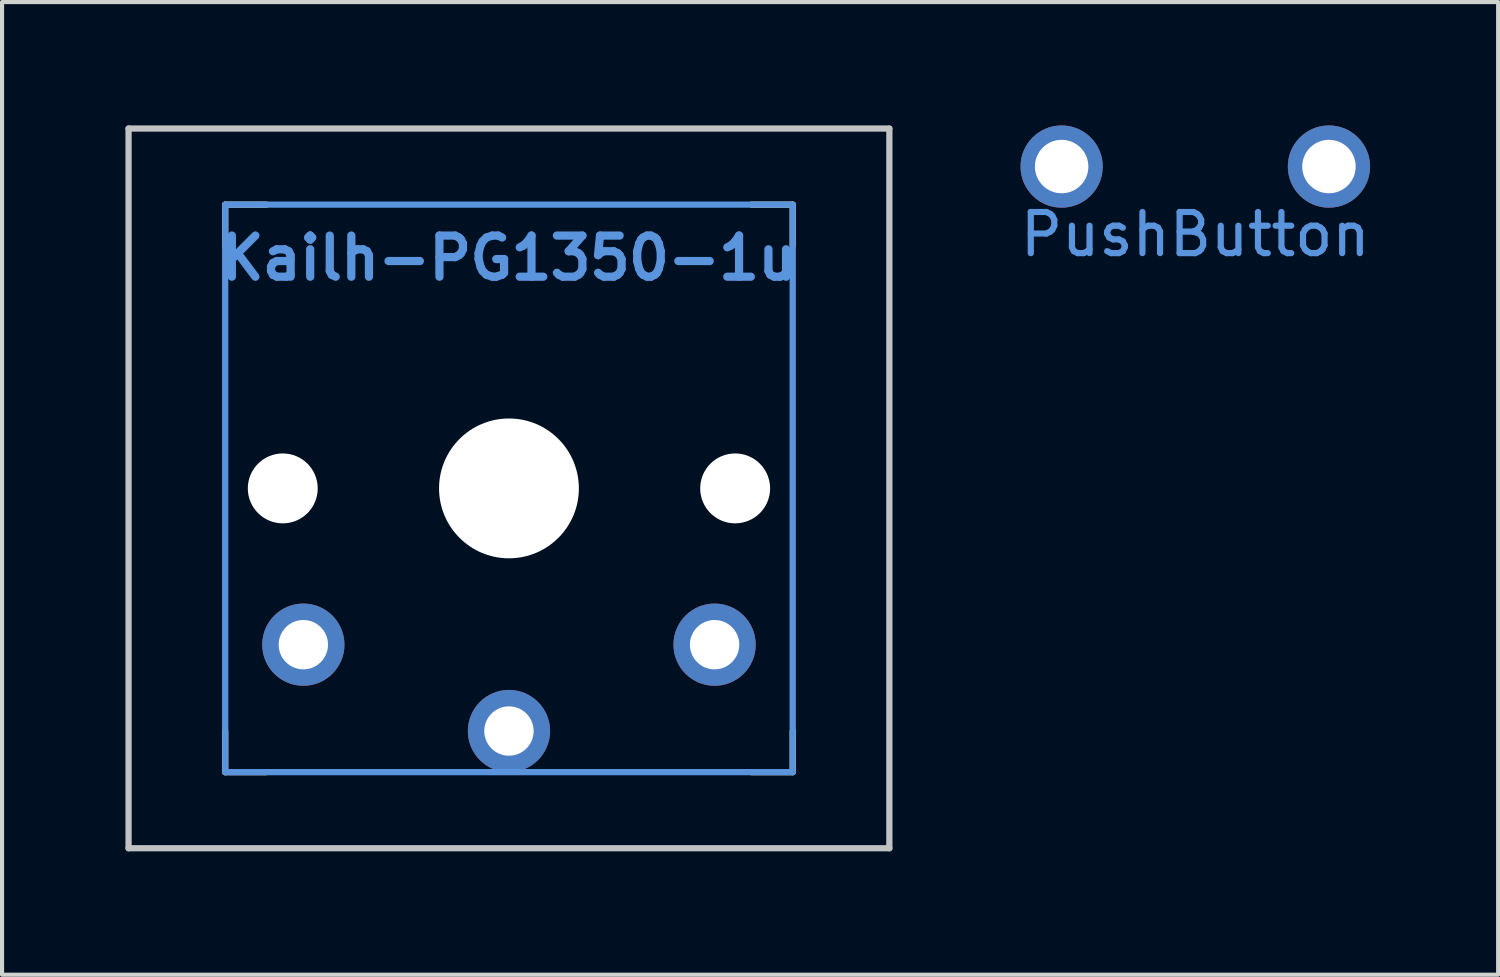
<source format=kicad_pcb>
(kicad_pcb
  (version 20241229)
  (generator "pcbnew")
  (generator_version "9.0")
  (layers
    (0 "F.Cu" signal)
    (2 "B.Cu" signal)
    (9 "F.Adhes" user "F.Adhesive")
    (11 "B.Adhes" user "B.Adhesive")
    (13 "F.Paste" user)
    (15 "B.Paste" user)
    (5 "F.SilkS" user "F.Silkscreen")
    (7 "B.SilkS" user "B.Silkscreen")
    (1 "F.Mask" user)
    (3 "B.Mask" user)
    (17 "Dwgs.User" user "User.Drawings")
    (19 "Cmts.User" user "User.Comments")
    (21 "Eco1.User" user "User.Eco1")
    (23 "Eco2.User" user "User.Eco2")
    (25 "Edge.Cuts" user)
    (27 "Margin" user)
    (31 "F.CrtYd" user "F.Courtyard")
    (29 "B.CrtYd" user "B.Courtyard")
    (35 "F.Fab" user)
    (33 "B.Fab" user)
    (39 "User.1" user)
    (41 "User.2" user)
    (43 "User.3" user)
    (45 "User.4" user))
  (footprint "PushButton"
    (layer "F.Cu")
    (at 26.015 1)
    (property "Reference" "PushButton" (at 0 1.65 0) (layer "Cmts.User") (effects (font (size 1 1) (thickness 0.15))))
    (attr through_hole)
    (pad "1" thru_hole circle (at 3.25 0) (size 2 2) (drill 1.3) (layers "*.Cu" "*.Mask"))
    (pad "2" thru_hole circle (at -3.25 0) (size 2 2) (drill 1.3) (layers "*.Cu" "*.Mask")))
  (footprint "Kailh-PG1350-1u"
    (layer "F.Cu")
    (at 9.326 8.826)
    (property "Reference" "Kailh-PG1350-1u" (at 0 -5.6 180) (layer "Cmts.User") (effects (font (size 1 1) (thickness 0.2))))
    (attr through_hole)
    (fp_line (start -6.9 -6.9) (end -6.9 -5.9) (stroke (width 0.15) (type solid)) (layer "F.SilkS"))
    (fp_line (start -6.9 -6.9) (end -5.9 -6.9) (stroke (width 0.15) (type solid)) (layer "F.SilkS"))
    (fp_line (start -6.9 6.9) (end -6.9 5.9) (stroke (width 0.15) (type solid)) (layer "F.SilkS"))
    (fp_line (start -6.9 6.9) (end -5.9 6.9) (stroke (width 0.15) (type solid)) (layer "F.SilkS"))
    (fp_line (start 6.9 -6.9) (end 5.9 -6.9) (stroke (width 0.15) (type solid)) (layer "F.SilkS"))
    (fp_line (start 6.9 -6.9) (end 6.9 -5.9) (stroke (width 0.15) (type solid)) (layer "F.SilkS"))
    (fp_line (start 6.9 6.9) (end 5.9 6.9) (stroke (width 0.15) (type solid)) (layer "F.SilkS"))
    (fp_line (start 6.9 6.9) (end 6.9 5.9) (stroke (width 0.15) (type solid)) (layer "F.SilkS"))
    (fp_line (start -9.25 -8.75) (end 9.25 -8.75) (stroke (width 0.152) (type solid)) (layer "Dwgs.User"))
    (fp_line (start -9.25 8.75) (end -9.25 -8.75) (stroke (width 0.152) (type solid)) (layer "Dwgs.User"))
    (fp_line (start 9.25 -8.75) (end 9.25 8.75) (stroke (width 0.152) (type solid)) (layer "Dwgs.User"))
    (fp_line (start 9.25 8.75) (end -9.25 8.75) (stroke (width 0.152) (type solid)) (layer "Dwgs.User"))
    (fp_line (start -6.9 -6.9) (end 6.9 -6.9) (stroke (width 0.152) (type solid)) (layer "Cmts.User"))
    (fp_line (start -6.9 6.9) (end -6.9 -6.9) (stroke (width 0.152) (type solid)) (layer "Cmts.User"))
    (fp_line (start 6.9 -6.9) (end 6.9 6.9) (stroke (width 0.152) (type solid)) (layer "Cmts.User"))
    (fp_line (start 6.9 6.9) (end -6.9 6.9) (stroke (width 0.152) (type solid)) (layer "Cmts.User"))
    (pad "" np_thru_hole circle (at -5.5 0 180) (size 1.7 1.7) (drill 1.7) (layers "*.Cu" "*.Mask"))
    (pad "" np_thru_hole circle (at 0 0 180) (size 3.4 3.4) (drill 3.4) (layers "*.Cu" "*.Mask"))
    (pad "" np_thru_hole circle (at 5.5 0 180) (size 1.7 1.7) (drill 1.7) (layers "*.Cu" "*.Mask"))
    (pad "1" thru_hole circle (at 0 5.9 180) (size 2 2) (drill 1.2) (layers "*.Cu" "*.Mask"))
    (pad "2" thru_hole circle (at -5 3.8 41.9) (size 2 2) (drill 1.2) (layers "*.Cu" "*.Mask"))
    (pad "2" thru_hole circle (at 5 3.8 41.9) (size 2 2) (drill 1.2) (layers "*.Cu" "*.Mask")))
  (gr_rect
    (start -3 -3)
    (end 33.379 20.652)
    (stroke (width 0.1) (type default))
    (fill no)
    (layer "Edge.Cuts")))
</source>
